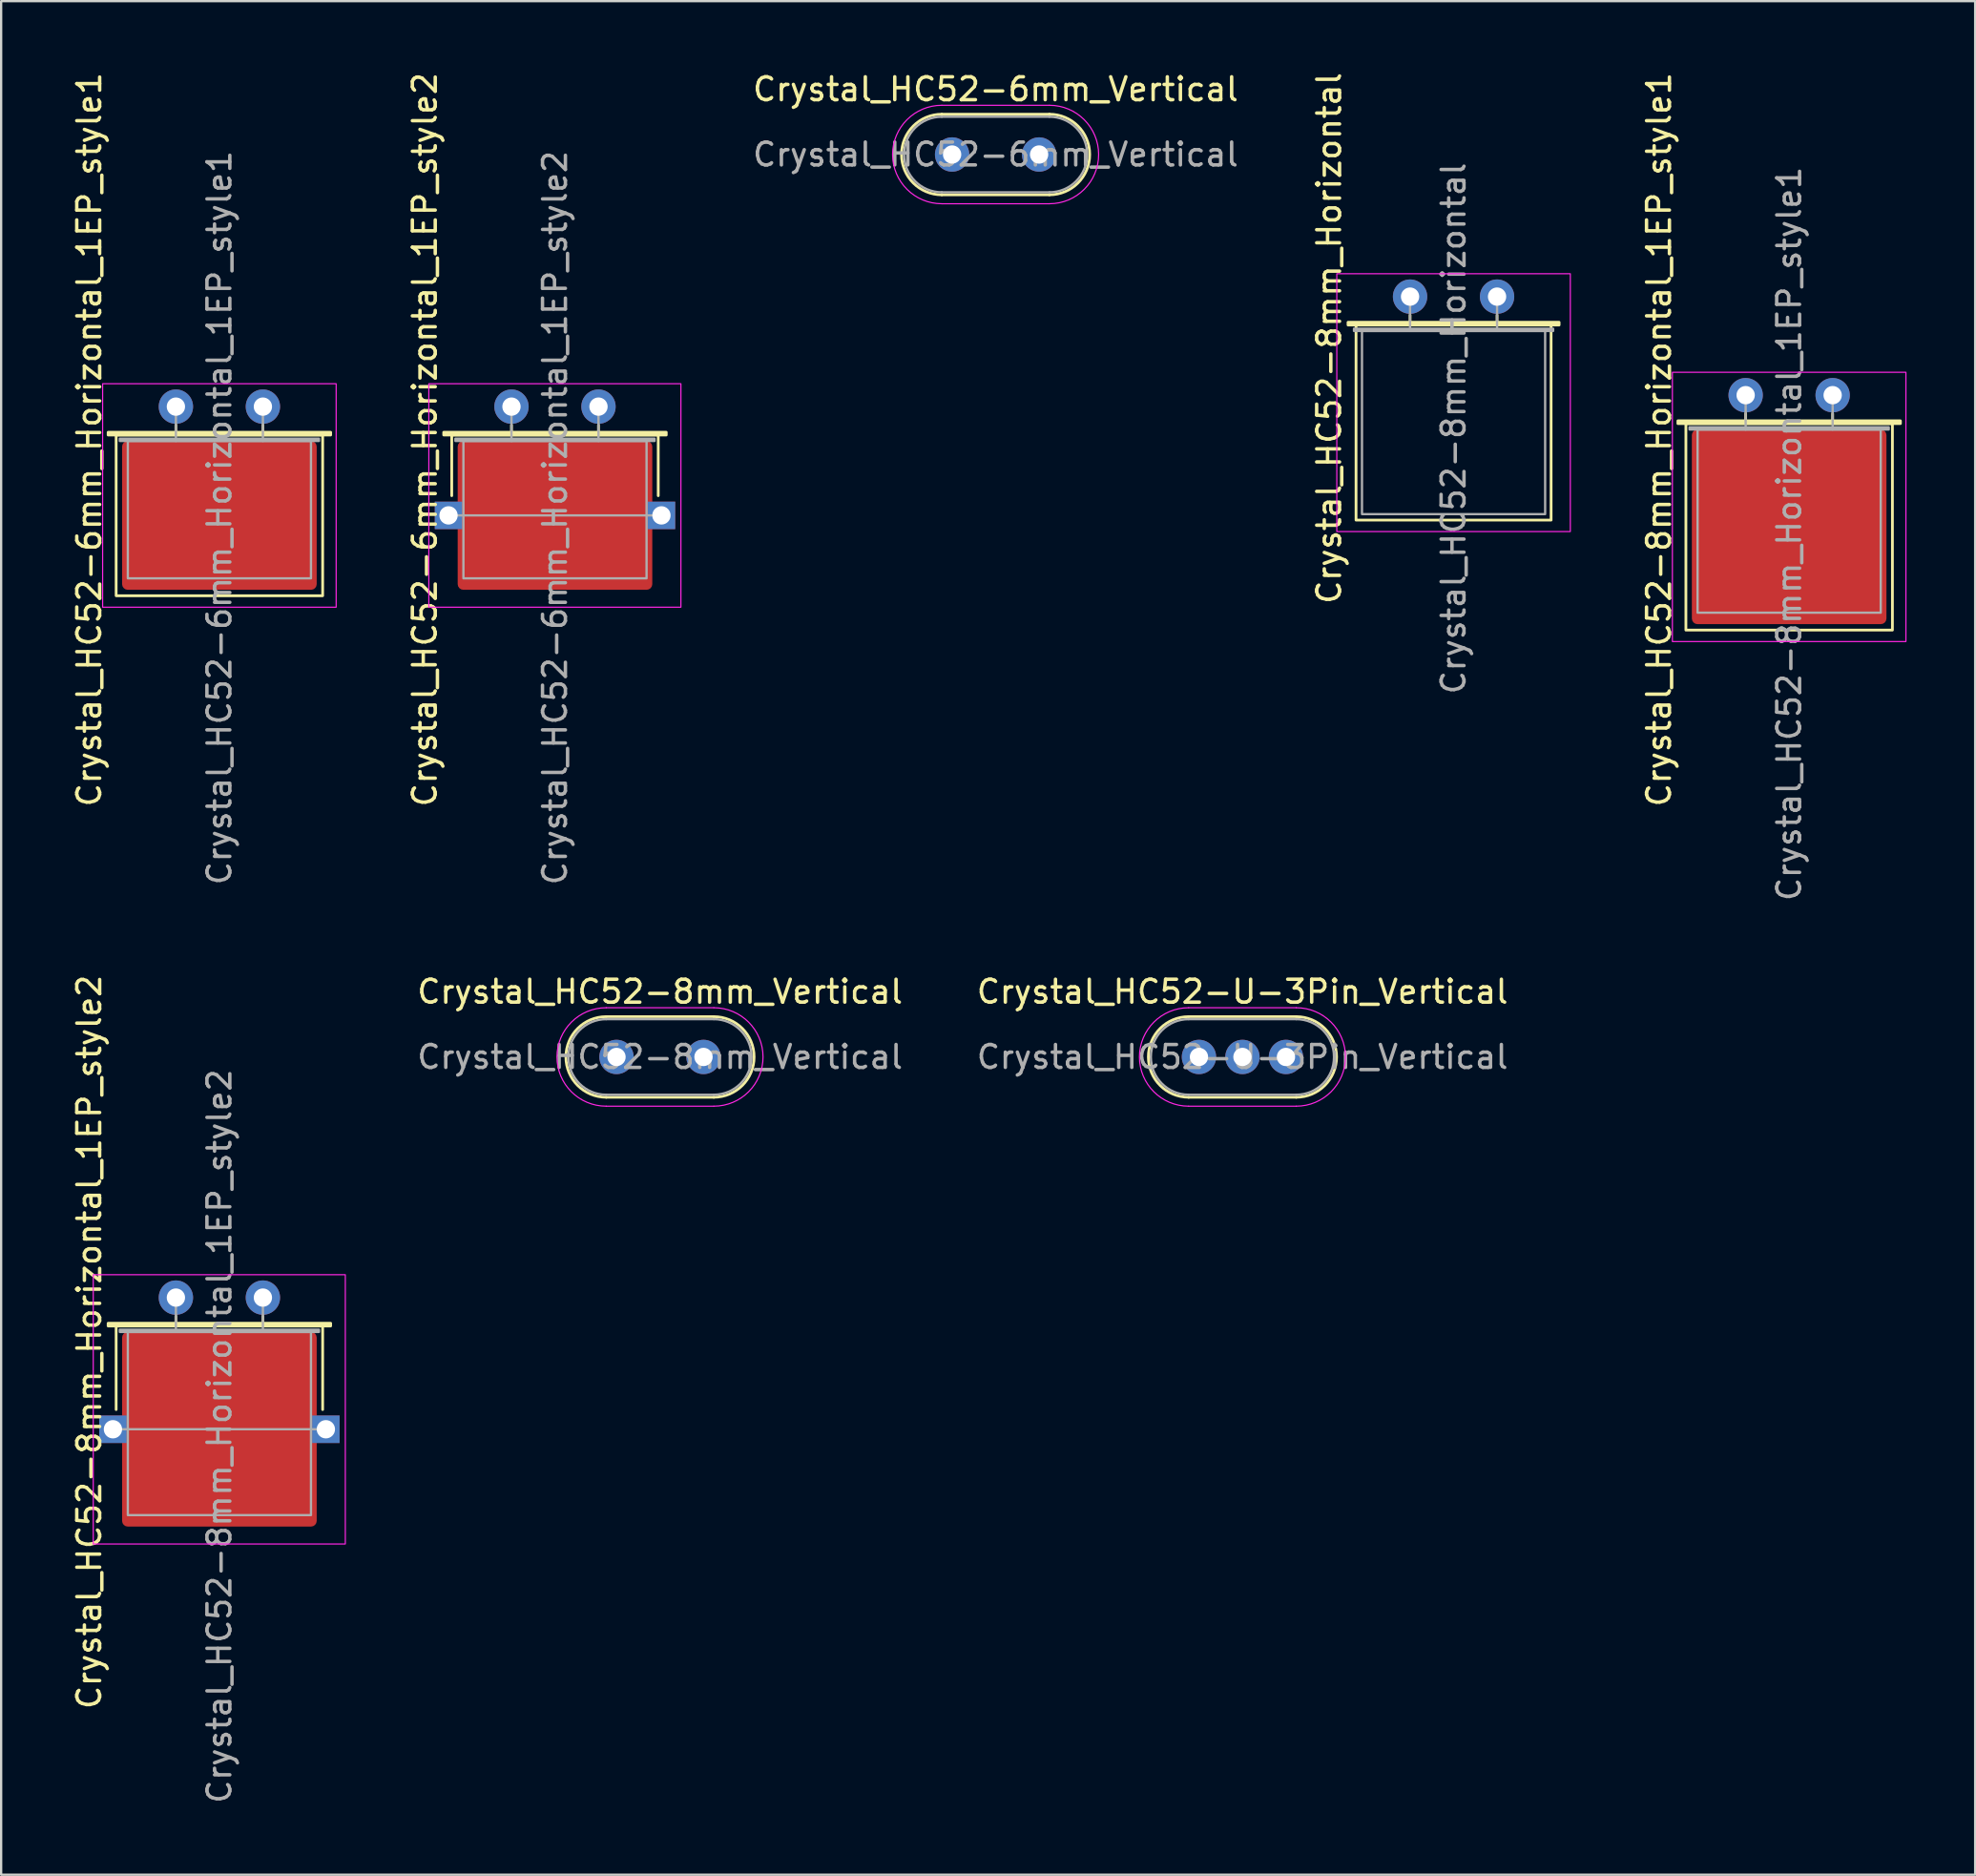
<source format=kicad_pcb>
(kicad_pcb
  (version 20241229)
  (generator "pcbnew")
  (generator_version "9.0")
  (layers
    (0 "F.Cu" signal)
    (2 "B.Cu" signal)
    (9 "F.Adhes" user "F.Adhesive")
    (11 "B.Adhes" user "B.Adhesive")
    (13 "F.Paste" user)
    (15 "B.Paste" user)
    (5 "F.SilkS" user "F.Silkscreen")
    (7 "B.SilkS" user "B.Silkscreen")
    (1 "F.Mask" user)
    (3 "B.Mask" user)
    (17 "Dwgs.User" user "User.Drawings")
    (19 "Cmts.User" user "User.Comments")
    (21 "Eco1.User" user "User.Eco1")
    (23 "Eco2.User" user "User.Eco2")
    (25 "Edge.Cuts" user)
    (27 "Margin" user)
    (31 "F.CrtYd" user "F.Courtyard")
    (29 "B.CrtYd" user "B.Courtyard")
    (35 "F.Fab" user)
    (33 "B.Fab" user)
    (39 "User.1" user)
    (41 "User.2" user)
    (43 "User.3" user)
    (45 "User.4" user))
  (footprint "Crystal_HC52-6mm_Vertical"
    (layer "F.Cu")
    (at 38.537 3.698)
    (property "Reference" "Crystal_HC52-6mm_Vertical" (at 1.9 -2.85 0) (layer "F.SilkS") (effects (font (size 1 1) (thickness 0.15))))
    (attr through_hole)
    (fp_line (start -0.45 -1.76) (end 4.25 -1.76) (stroke (width 0.12) (type solid)) (layer "F.SilkS"))
    (fp_line (start 4.25 1.76) (end -0.45 1.76) (stroke (width 0.12) (type solid)) (layer "F.SilkS"))
    (fp_arc (start -0.45 1.76) (mid -2.21 0) (end -0.45 -1.76) (stroke (width 0.12) (type solid)) (layer "F.SilkS"))
    (fp_arc (start 4.25 -1.76) (mid 6.01 0) (end 4.25 1.76) (stroke (width 0.12) (type solid)) (layer "F.SilkS"))
    (fp_line (start -0.45 -2.15) (end 4.25 -2.15) (stroke (width 0.05) (type solid)) (layer "F.CrtYd"))
    (fp_line (start 4.25 2.15) (end -0.45 2.15) (stroke (width 0.05) (type solid)) (layer "F.CrtYd"))
    (fp_arc (start -0.45 2.15) (mid -2.6 0) (end -0.45 -2.15) (stroke (width 0.05) (type solid)) (layer "F.CrtYd"))
    (fp_arc (start 4.25 -2.15) (mid 6.4 0) (end 4.25 2.15) (stroke (width 0.05) (type solid)) (layer "F.CrtYd"))
    (fp_line (start -0.45 -1.65) (end 4.25 -1.65) (stroke (width 0.1) (type solid)) (layer "F.Fab"))
    (fp_line (start 4.25 1.65) (end -0.45 1.65) (stroke (width 0.1) (type solid)) (layer "F.Fab"))
    (fp_arc (start -0.45 1.65) (mid -2.1 0) (end -0.45 -1.65) (stroke (width 0.1) (type solid)) (layer "F.Fab"))
    (fp_arc (start 4.25 -1.65) (mid 5.9 0) (end 4.25 1.65) (stroke (width 0.1) (type solid)) (layer "F.Fab"))
    (fp_text user "${REFERENCE}" (at 1.9 0 0) (layer "F.Fab") (effects (font (size 1 1) (thickness 0.15))))
    (pad "1" thru_hole circle (at 0 0) (size 1.5 1.5) (drill 0.8) (layers "*.Cu" "*.Mask"))
    (pad "2" thru_hole circle (at 3.8 0) (size 1.5 1.5) (drill 0.8) (layers "*.Cu" "*.Mask")))
  (footprint "Crystal_HC52-8mm_Horizontal_1EP_style1"
    (layer "F.Cu")
    (at 73.198 14.209)
    (property "Reference" "Crystal_HC52-8mm_Horizontal_1EP_style1" (at -3.785 1.94 90) (layer "F.SilkS") (effects (font (size 1 1) (thickness 0.15))))
    (attr through_hole)
    (fp_line (start 0 1.24) (end 0 0.81) (stroke (width 0.12) (type solid)) (layer "F.SilkS"))
    (fp_line (start 3.8 1.24) (end 3.8 0.81) (stroke (width 0.12) (type solid)) (layer "F.SilkS"))
    (fp_rect (start -2.96 1.12) (end 6.76 1.24) (stroke (width 0.12) (type solid)) (fill no) (layer "F.SilkS"))
    (fp_rect (start -2.61 1.24) (end 6.41 10.26) (stroke (width 0.12) (type solid)) (fill no) (layer "F.SilkS"))
    (fp_rect (start -3.2 -1) (end 7 10.76) (stroke (width 0.05) (type solid)) (fill no) (layer "F.CrtYd"))
    (fp_line (start 0 0.75) (end 0 0) (stroke (width 0.1) (type solid)) (layer "F.Fab"))
    (fp_line (start 0 1.5) (end 0 0.75) (stroke (width 0.1) (type solid)) (layer "F.Fab"))
    (fp_line (start 3.8 0.75) (end 3.8 0) (stroke (width 0.1) (type solid)) (layer "F.Fab"))
    (fp_line (start 3.8 1.5) (end 3.8 0.75) (stroke (width 0.1) (type solid)) (layer "F.Fab"))
    (fp_rect (start -2.45 1.4) (end 6.25 1.5) (stroke (width 0.1) (type solid)) (fill no) (layer "F.Fab"))
    (fp_rect (start -2.1 1.5) (end 5.9 9.5) (stroke (width 0.1) (type solid)) (fill no) (layer "F.Fab"))
    (fp_text user "${REFERENCE}" (at 1.9 6.056 90) (layer "F.Fab") (effects (font (size 1 1) (thickness 0.15))))
    (pad "1" thru_hole circle (at 0 0) (size 1.5 1.5) (drill 0.8) (layers "*.Cu" "*.Mask"))
    (pad "2" thru_hole circle (at 3.8 0) (size 1.5 1.5) (drill 0.8) (layers "*.Cu" "*.Mask"))
    (pad "3" smd roundrect (at 1.9 5.75) (size 8.5 8.5) (layers "F.Cu" "F.Mask" "F.Paste") (roundrect_rratio 0.029)))
  (footprint "Crystal_HC52-8mm_Vertical"
    (layer "F.Cu")
    (at 23.878 43.112)
    (property "Reference" "Crystal_HC52-8mm_Vertical" (at 1.9 -2.85 0) (layer "F.SilkS") (effects (font (size 1 1) (thickness 0.15))))
    (attr through_hole)
    (fp_line (start -0.45 -1.76) (end 4.25 -1.76) (stroke (width 0.12) (type solid)) (layer "F.SilkS"))
    (fp_line (start 4.25 1.76) (end -0.45 1.76) (stroke (width 0.12) (type solid)) (layer "F.SilkS"))
    (fp_arc (start -0.45 1.76) (mid -2.21 0) (end -0.45 -1.76) (stroke (width 0.12) (type solid)) (layer "F.SilkS"))
    (fp_arc (start 4.25 -1.76) (mid 6.01 0) (end 4.25 1.76) (stroke (width 0.12) (type solid)) (layer "F.SilkS"))
    (fp_line (start -0.45 -2.15) (end 4.25 -2.15) (stroke (width 0.05) (type solid)) (layer "F.CrtYd"))
    (fp_line (start 4.25 2.15) (end -0.45 2.15) (stroke (width 0.05) (type solid)) (layer "F.CrtYd"))
    (fp_arc (start -0.45 2.15) (mid -2.6 0) (end -0.45 -2.15) (stroke (width 0.05) (type solid)) (layer "F.CrtYd"))
    (fp_arc (start 4.25 -2.15) (mid 6.4 0) (end 4.25 2.15) (stroke (width 0.05) (type solid)) (layer "F.CrtYd"))
    (fp_line (start -0.45 -1.65) (end 4.25 -1.65) (stroke (width 0.1) (type solid)) (layer "F.Fab"))
    (fp_line (start 4.25 1.65) (end -0.45 1.65) (stroke (width 0.1) (type solid)) (layer "F.Fab"))
    (fp_arc (start -0.45 1.65) (mid -2.1 0) (end -0.45 -1.65) (stroke (width 0.1) (type solid)) (layer "F.Fab"))
    (fp_arc (start 4.25 -1.65) (mid 5.9 0) (end 4.25 1.65) (stroke (width 0.1) (type solid)) (layer "F.Fab"))
    (fp_text user "${REFERENCE}" (at 1.9 0 0) (layer "F.Fab") (effects (font (size 1 1) (thickness 0.15))))
    (pad "1" thru_hole circle (at 0 0) (size 1.5 1.5) (drill 0.8) (layers "*.Cu" "*.Mask"))
    (pad "2" thru_hole circle (at 3.8 0) (size 1.5 1.5) (drill 0.8) (layers "*.Cu" "*.Mask")))
  (footprint "Crystal_HC52-8mm_Horizontal"
    (layer "F.Cu")
    (at 58.54 9.905)
    (property "Reference" "Crystal_HC52-8mm_Horizontal" (at -3.535 1.815 90) (layer "F.SilkS") (effects (font (size 1 1) (thickness 0.15))))
    (attr through_hole)
    (fp_line (start 0 1.24) (end 0 0.81) (stroke (width 0.12) (type solid)) (layer "F.SilkS"))
    (fp_line (start 3.8 1.24) (end 3.8 0.81) (stroke (width 0.12) (type solid)) (layer "F.SilkS"))
    (fp_rect (start -2.71 1.12) (end 6.51 1.24) (stroke (width 0.12) (type solid)) (fill no) (layer "F.SilkS"))
    (fp_rect (start -2.36 1.24) (end 6.16 9.76) (stroke (width 0.12) (type solid)) (fill no) (layer "F.SilkS"))
    (fp_rect (start -3.2 -1) (end 7 10.26) (stroke (width 0.05) (type solid)) (fill no) (layer "F.CrtYd"))
    (fp_line (start 0 0.75) (end 0 0) (stroke (width 0.1) (type solid)) (layer "F.Fab"))
    (fp_line (start 0 1.5) (end 0 0.75) (stroke (width 0.1) (type solid)) (layer "F.Fab"))
    (fp_line (start 3.8 0.75) (end 3.8 0) (stroke (width 0.1) (type solid)) (layer "F.Fab"))
    (fp_line (start 3.8 1.5) (end 3.8 0.75) (stroke (width 0.1) (type solid)) (layer "F.Fab"))
    (fp_rect (start -2.45 1.4) (end 6.25 1.5) (stroke (width 0.1) (type solid)) (fill no) (layer "F.Fab"))
    (fp_rect (start -2.1 1.5) (end 5.9 9.5) (stroke (width 0.1) (type solid)) (fill no) (layer "F.Fab"))
    (fp_text user "${REFERENCE}" (at 1.9 5.756 90) (layer "F.Fab") (effects (font (size 1 1) (thickness 0.15))))
    (pad "1" thru_hole circle (at 0 0) (size 1.5 1.5) (drill 0.8) (layers "*.Cu" "*.Mask"))
    (pad "2" thru_hole circle (at 3.8 0) (size 1.5 1.5) (drill 0.8) (layers "*.Cu" "*.Mask")))
  (footprint "Crystal_HC52-6mm_Horizontal_1EP_style2"
    (layer "F.Cu")
    (at 19.291 14.709)
    (property "Reference" "Crystal_HC52-6mm_Horizontal_1EP_style2" (at -3.785 1.44 90) (layer "F.SilkS") (effects (font (size 1 1) (thickness 0.15))))
    (attr through_hole)
    (fp_line (start -2.61 1.24) (end 6.41 1.24) (stroke (width 0.12) (type solid)) (layer "F.SilkS"))
    (fp_line (start -2.61 3.89) (end -2.61 1.24) (stroke (width 0.12) (type solid)) (layer "F.SilkS"))
    (fp_line (start 0 1.24) (end 0 0.81) (stroke (width 0.12) (type solid)) (layer "F.SilkS"))
    (fp_line (start 3.8 1.24) (end 3.8 0.81) (stroke (width 0.12) (type solid)) (layer "F.SilkS"))
    (fp_line (start 6.41 1.24) (end 6.41 3.89) (stroke (width 0.12) (type solid)) (layer "F.SilkS"))
    (fp_rect (start -2.96 1.12) (end 6.76 1.24) (stroke (width 0.12) (type solid)) (fill no) (layer "F.SilkS"))
    (fp_rect (start -3.61 -1) (end 7.4 8.76) (stroke (width 0.05) (type solid)) (fill no) (layer "F.CrtYd"))
    (fp_line (start -2.75 4.75) (end 6.55 4.75) (stroke (width 0.1) (type solid)) (layer "F.Fab"))
    (fp_line (start 0 0.75) (end 0 0) (stroke (width 0.1) (type solid)) (layer "F.Fab"))
    (fp_line (start 0 1.5) (end 0 0.75) (stroke (width 0.1) (type solid)) (layer "F.Fab"))
    (fp_line (start 3.8 0.75) (end 3.8 0) (stroke (width 0.1) (type solid)) (layer "F.Fab"))
    (fp_line (start 3.8 1.5) (end 3.8 0.75) (stroke (width 0.1) (type solid)) (layer "F.Fab"))
    (fp_rect (start -2.45 1.4) (end 6.25 1.5) (stroke (width 0.1) (type solid)) (fill no) (layer "F.Fab"))
    (fp_rect (start -2.1 1.5) (end 5.9 7.5) (stroke (width 0.1) (type solid)) (fill no) (layer "F.Fab"))
    (fp_text user "${REFERENCE}" (at 1.9 4.856 90) (layer "F.Fab") (effects (font (size 1 1) (thickness 0.15))))
    (pad "1" thru_hole circle (at 0 0) (size 1.5 1.5) (drill 0.8) (layers "*.Cu" "*.Mask"))
    (pad "2" thru_hole circle (at 3.8 0) (size 1.5 1.5) (drill 0.8) (layers "*.Cu" "*.Mask"))
    (pad "3" thru_hole rect (at -2.75 4.75) (size 1.2 1.2) (drill 0.8) (layers "*.Cu" "*.Mask"))
    (pad "3" smd roundrect (at 1.9 4.75) (size 8.5 6.5) (layers "F.Cu" "F.Mask" "F.Paste") (roundrect_rratio 0.038))
    (pad "3" thru_hole rect (at 6.55 4.75) (size 1.2 1.2) (drill 0.8) (layers "*.Cu" "*.Mask")))
  (footprint "Crystal_HC52-8mm_Horizontal_1EP_style2"
    (layer "F.Cu")
    (at 4.633 53.622)
    (property "Reference" "Crystal_HC52-8mm_Horizontal_1EP_style2" (at -3.785 1.94 90) (layer "F.SilkS") (effects (font (size 1 1) (thickness 0.15))))
    (attr through_hole)
    (fp_line (start -2.61 1.24) (end 6.41 1.24) (stroke (width 0.12) (type solid)) (layer "F.SilkS"))
    (fp_line (start -2.61 4.89) (end -2.61 1.24) (stroke (width 0.12) (type solid)) (layer "F.SilkS"))
    (fp_line (start 0 1.24) (end 0 0.81) (stroke (width 0.12) (type solid)) (layer "F.SilkS"))
    (fp_line (start 3.8 1.24) (end 3.8 0.81) (stroke (width 0.12) (type solid)) (layer "F.SilkS"))
    (fp_line (start 6.41 1.24) (end 6.41 4.89) (stroke (width 0.12) (type solid)) (layer "F.SilkS"))
    (fp_rect (start -2.96 1.12) (end 6.76 1.24) (stroke (width 0.12) (type solid)) (fill no) (layer "F.SilkS"))
    (fp_rect (start -3.61 -1) (end 7.4 10.76) (stroke (width 0.05) (type solid)) (fill no) (layer "F.CrtYd"))
    (fp_line (start -2.75 5.75) (end 6.55 5.75) (stroke (width 0.1) (type solid)) (layer "F.Fab"))
    (fp_line (start 0 0.75) (end 0 0) (stroke (width 0.1) (type solid)) (layer "F.Fab"))
    (fp_line (start 0 1.5) (end 0 0.75) (stroke (width 0.1) (type solid)) (layer "F.Fab"))
    (fp_line (start 3.8 0.75) (end 3.8 0) (stroke (width 0.1) (type solid)) (layer "F.Fab"))
    (fp_line (start 3.8 1.5) (end 3.8 0.75) (stroke (width 0.1) (type solid)) (layer "F.Fab"))
    (fp_rect (start -2.45 1.4) (end 6.25 1.5) (stroke (width 0.1) (type solid)) (fill no) (layer "F.Fab"))
    (fp_rect (start -2.1 1.5) (end 5.9 9.5) (stroke (width 0.1) (type solid)) (fill no) (layer "F.Fab"))
    (fp_text user "${REFERENCE}" (at 1.9 6.056 90) (layer "F.Fab") (effects (font (size 1 1) (thickness 0.15))))
    (pad "1" thru_hole circle (at 0 0) (size 1.5 1.5) (drill 0.8) (layers "*.Cu" "*.Mask"))
    (pad "2" thru_hole circle (at 3.8 0) (size 1.5 1.5) (drill 0.8) (layers "*.Cu" "*.Mask"))
    (pad "3" thru_hole rect (at -2.75 5.75) (size 1.2 1.2) (drill 0.8) (layers "*.Cu" "*.Mask"))
    (pad "3" smd roundrect (at 1.9 5.75) (size 8.5 8.5) (layers "F.Cu" "F.Mask" "F.Paste") (roundrect_rratio 0.029))
    (pad "3" thru_hole rect (at 6.55 5.75) (size 1.2 1.2) (drill 0.8) (layers "*.Cu" "*.Mask")))
  (footprint "Crystal_HC52-6mm_Horizontal_1EP_style1"
    (layer "F.Cu")
    (at 4.633 14.709)
    (property "Reference" "Crystal_HC52-6mm_Horizontal_1EP_style1" (at -3.785 1.44 90) (layer "F.SilkS") (effects (font (size 1 1) (thickness 0.15))))
    (attr through_hole)
    (fp_line (start 0 1.24) (end 0 0.81) (stroke (width 0.12) (type solid)) (layer "F.SilkS"))
    (fp_line (start 3.8 1.24) (end 3.8 0.81) (stroke (width 0.12) (type solid)) (layer "F.SilkS"))
    (fp_rect (start -2.96 1.12) (end 6.76 1.24) (stroke (width 0.12) (type solid)) (fill no) (layer "F.SilkS"))
    (fp_rect (start -2.61 1.24) (end 6.41 8.26) (stroke (width 0.12) (type solid)) (fill no) (layer "F.SilkS"))
    (fp_rect (start -3.2 -1) (end 7 8.76) (stroke (width 0.05) (type solid)) (fill no) (layer "F.CrtYd"))
    (fp_line (start 0 0.75) (end 0 0) (stroke (width 0.1) (type solid)) (layer "F.Fab"))
    (fp_line (start 0 1.5) (end 0 0.75) (stroke (width 0.1) (type solid)) (layer "F.Fab"))
    (fp_line (start 3.8 0.75) (end 3.8 0) (stroke (width 0.1) (type solid)) (layer "F.Fab"))
    (fp_line (start 3.8 1.5) (end 3.8 0.75) (stroke (width 0.1) (type solid)) (layer "F.Fab"))
    (fp_rect (start -2.45 1.4) (end 6.25 1.5) (stroke (width 0.1) (type solid)) (fill no) (layer "F.Fab"))
    (fp_rect (start -2.1 1.5) (end 5.9 7.5) (stroke (width 0.1) (type solid)) (fill no) (layer "F.Fab"))
    (fp_text user "${REFERENCE}" (at 1.9 4.856 90) (layer "F.Fab") (effects (font (size 1 1) (thickness 0.15))))
    (pad "1" thru_hole circle (at 0 0) (size 1.5 1.5) (drill 0.8) (layers "*.Cu" "*.Mask"))
    (pad "2" thru_hole circle (at 3.8 0) (size 1.5 1.5) (drill 0.8) (layers "*.Cu" "*.Mask"))
    (pad "3" smd roundrect (at 1.9 4.75) (size 8.5 6.5) (layers "F.Cu" "F.Mask" "F.Paste") (roundrect_rratio 0.038)))
  (footprint "Crystal_HC52-U-3Pin_Vertical"
    (layer "F.Cu")
    (at 49.319 43.112)
    (property "Reference" "Crystal_HC52-U-3Pin_Vertical" (at 1.9 -2.85 0) (layer "F.SilkS") (effects (font (size 1 1) (thickness 0.15))))
    (attr through_hole)
    (fp_line (start -0.45 -1.76) (end 4.25 -1.76) (stroke (width 0.12) (type solid)) (layer "F.SilkS"))
    (fp_line (start 4.25 1.76) (end -0.45 1.76) (stroke (width 0.12) (type solid)) (layer "F.SilkS"))
    (fp_arc (start -0.45 1.76) (mid -2.21 0) (end -0.45 -1.76) (stroke (width 0.12) (type solid)) (layer "F.SilkS"))
    (fp_arc (start 4.25 -1.76) (mid 6.01 0) (end 4.25 1.76) (stroke (width 0.12) (type solid)) (layer "F.SilkS"))
    (fp_line (start -0.45 -2.15) (end 4.25 -2.15) (stroke (width 0.05) (type solid)) (layer "F.CrtYd"))
    (fp_line (start 4.25 2.15) (end -0.45 2.15) (stroke (width 0.05) (type solid)) (layer "F.CrtYd"))
    (fp_arc (start -0.45 2.15) (mid -2.6 0) (end -0.45 -2.15) (stroke (width 0.05) (type solid)) (layer "F.CrtYd"))
    (fp_arc (start 4.25 -2.15) (mid 6.4 0) (end 4.25 2.15) (stroke (width 0.05) (type solid)) (layer "F.CrtYd"))
    (fp_line (start -0.45 -1.65) (end 4.25 -1.65) (stroke (width 0.1) (type solid)) (layer "F.Fab"))
    (fp_line (start 4.25 1.65) (end -0.45 1.65) (stroke (width 0.1) (type solid)) (layer "F.Fab"))
    (fp_arc (start -0.45 1.65) (mid -2.1 0) (end -0.45 -1.65) (stroke (width 0.1) (type solid)) (layer "F.Fab"))
    (fp_arc (start 4.25 -1.65) (mid 5.9 0) (end 4.25 1.65) (stroke (width 0.1) (type solid)) (layer "F.Fab"))
    (fp_text user "${REFERENCE}" (at 1.9 0 0) (layer "F.Fab") (effects (font (size 1 1) (thickness 0.15))))
    (pad "1" thru_hole circle (at 0 0) (size 1.5 1.5) (drill 0.8) (layers "*.Cu" "*.Mask"))
    (pad "2" thru_hole circle (at 1.9 0) (size 1.5 1.5) (drill 0.8) (layers "*.Cu" "*.Mask"))
    (pad "3" thru_hole circle (at 3.8 0) (size 1.5 1.5) (drill 0.8) (layers "*.Cu" "*.Mask")))
  (gr_rect
    (start -3 -3)
    (end 83.223 78.827)
    (stroke (width 0.1) (type default))
    (fill no)
    (layer "Edge.Cuts")))
</source>
